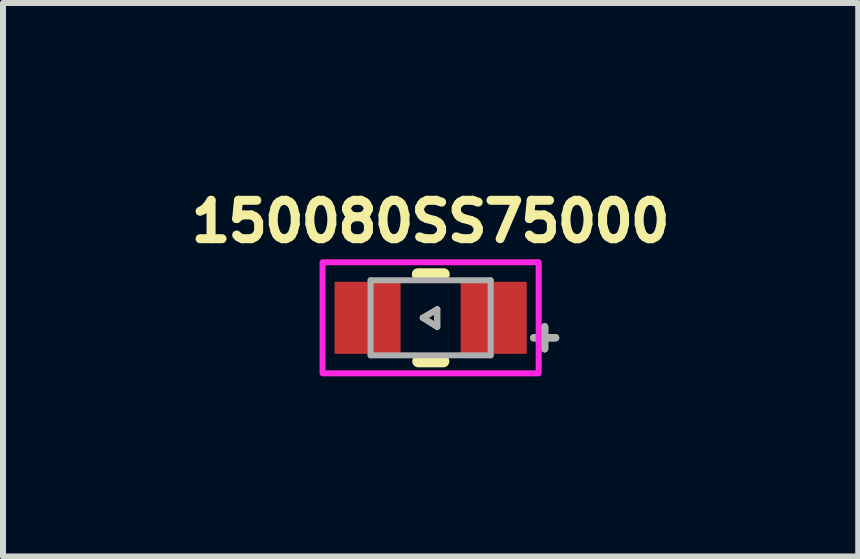
<source format=kicad_pcb>
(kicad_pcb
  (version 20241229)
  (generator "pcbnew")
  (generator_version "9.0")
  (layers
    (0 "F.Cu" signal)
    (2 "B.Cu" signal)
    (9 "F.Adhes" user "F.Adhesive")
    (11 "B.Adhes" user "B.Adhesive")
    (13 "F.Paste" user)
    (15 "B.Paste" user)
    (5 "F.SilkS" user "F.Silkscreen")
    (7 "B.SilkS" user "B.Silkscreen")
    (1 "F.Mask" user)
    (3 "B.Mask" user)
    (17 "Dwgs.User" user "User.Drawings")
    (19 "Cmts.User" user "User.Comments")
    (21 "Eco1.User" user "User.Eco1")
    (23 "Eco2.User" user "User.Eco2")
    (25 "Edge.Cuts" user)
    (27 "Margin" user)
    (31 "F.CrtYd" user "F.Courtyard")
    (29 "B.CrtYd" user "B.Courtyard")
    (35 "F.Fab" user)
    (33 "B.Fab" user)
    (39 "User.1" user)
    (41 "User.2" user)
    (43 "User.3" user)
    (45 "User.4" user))
  (footprint "150080SS75000"
    (layer "F.Cu")
    (at 4.123 2.244)
    (property "Reference" "150080SS75000" (at 0 -1.606 0) (layer "F.SilkS") (effects (font (size 0.64 0.64) (thickness 0.15))))
    (attr smd)
    (fp_line (start -0.213 -0.725) (end 0.219 -0.725) (stroke (width 0.2) (type solid)) (layer "F.SilkS"))
    (fp_line (start -0.206 0.725) (end 0.212 0.725) (stroke (width 0.2) (type solid)) (layer "F.SilkS"))
    (fp_line (start -0.13 0) (end 0.11 -0.14) (stroke (width 0.1) (type solid)) (layer "F.SilkS"))
    (fp_line (start 0.11 -0.14) (end 0.11 0.15) (stroke (width 0.1) (type solid)) (layer "F.SilkS"))
    (fp_line (start 0.11 0.15) (end -0.13 0) (stroke (width 0.1) (type solid)) (layer "F.SilkS"))
    (fp_poly (pts (xy -1.8 -0.925) (xy 1.8 -0.925) (xy 1.8 0.925) (xy -1.8 0.925)) (stroke (width 0.1) (type solid)) (fill no) (layer "F.CrtYd"))
    (fp_line (start -1 -0.625) (end 1 -0.625) (stroke (width 0.1) (type solid)) (layer "F.Fab"))
    (fp_line (start -1 0.625) (end -1 -0.625) (stroke (width 0.1) (type solid)) (layer "F.Fab"))
    (fp_line (start -1 0.625) (end 1 0.625) (stroke (width 0.1) (type solid)) (layer "F.Fab"))
    (fp_line (start -0.13 0) (end 0.11 -0.14) (stroke (width 0.1) (type solid)) (layer "F.Fab"))
    (fp_line (start 0.11 -0.14) (end 0.11 0.15) (stroke (width 0.1) (type solid)) (layer "F.Fab"))
    (fp_line (start 0.11 0.15) (end -0.13 0) (stroke (width 0.1) (type solid)) (layer "F.Fab"))
    (fp_line (start 1 -0.625) (end 1 0.625) (stroke (width 0.1) (type solid)) (layer "F.Fab"))
    (fp_text user "+" (at 1.9 0.3 0) (layer "F.SilkS") (effects (font (size 0.48 0.48) (thickness 0.15))))
    (fp_text user "+" (at 1.9 0.3 0) (layer "F.Fab") (effects (font (size 0.48 0.48) (thickness 0.15))))
    (pad "1" smd rect (at -1.05 0) (size 1.1 1.2) (layers "F.Cu" "F.Mask" "F.Paste"))
    (pad "2" smd rect (at 1.05 0) (size 1.1 1.2) (layers "F.Cu" "F.Mask" "F.Paste")))
  (gr_rect
    (start -3 -3)
    (end 11.246 6.219)
    (stroke (width 0.1) (type default))
    (fill no)
    (layer "Edge.Cuts")))
</source>
